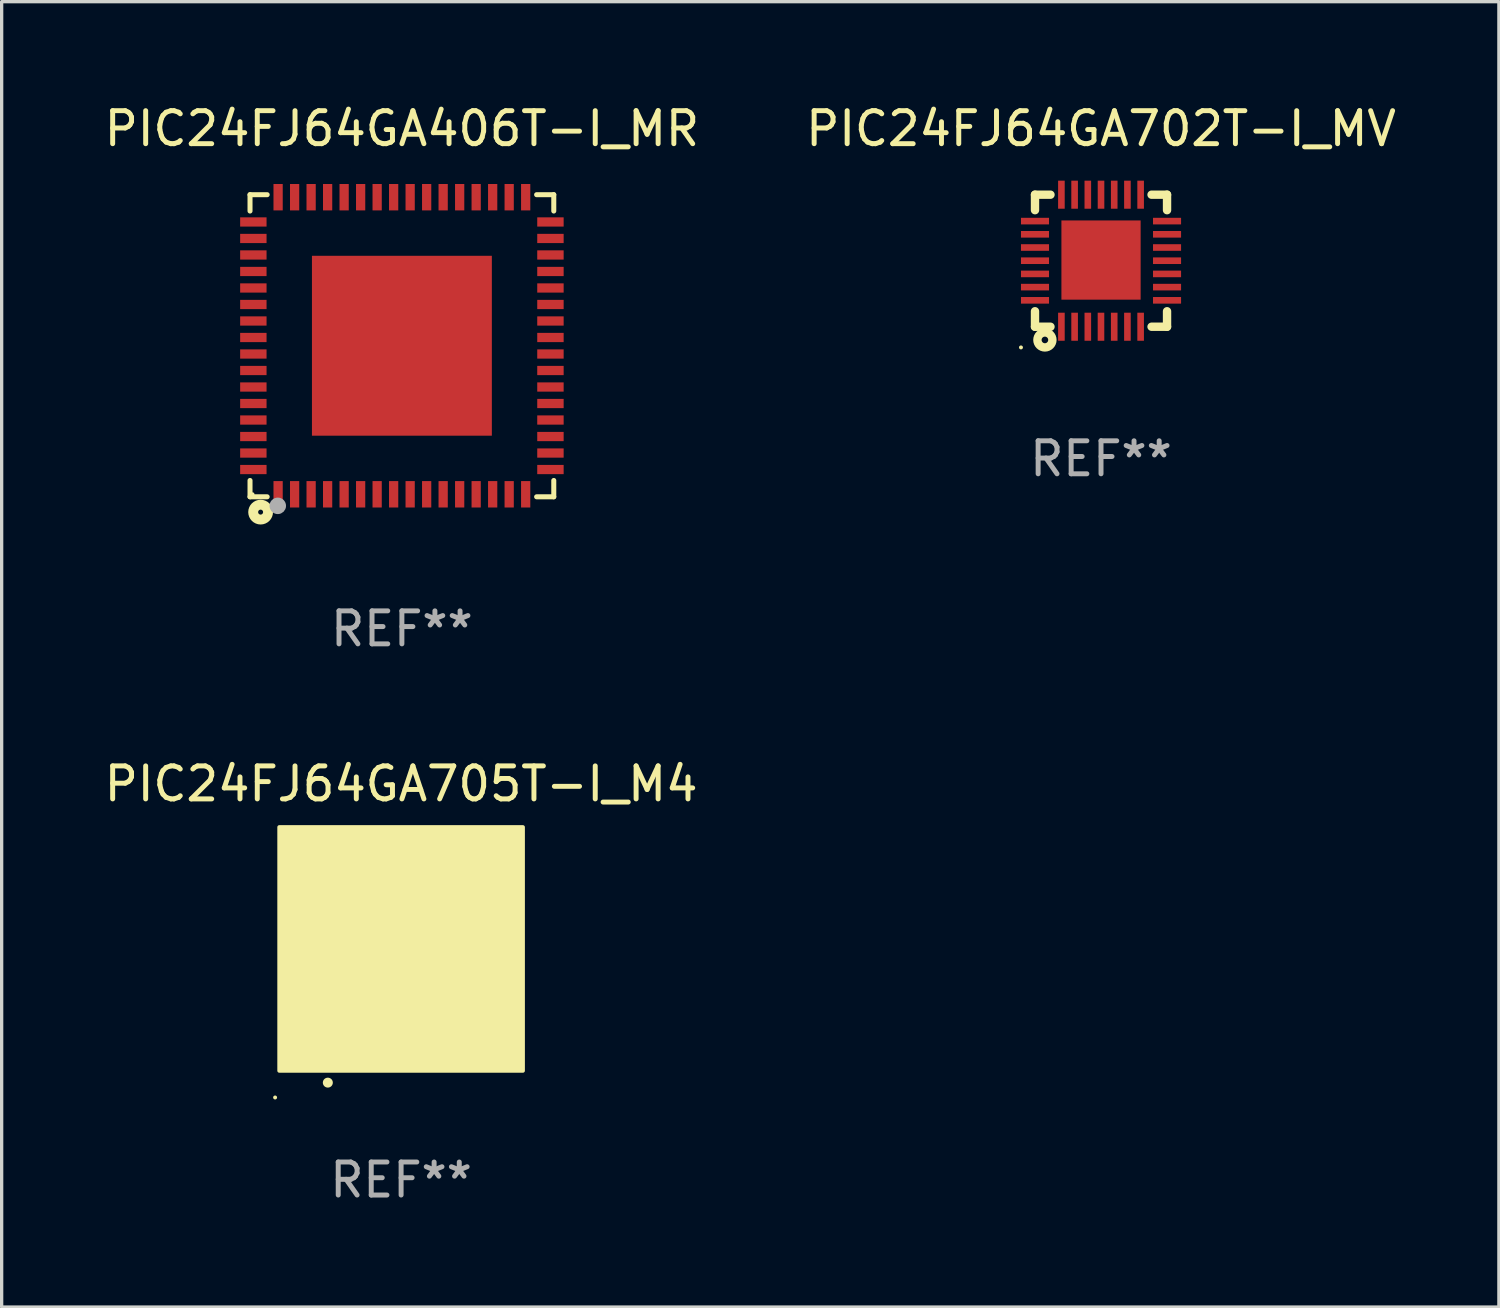
<source format=kicad_pcb>
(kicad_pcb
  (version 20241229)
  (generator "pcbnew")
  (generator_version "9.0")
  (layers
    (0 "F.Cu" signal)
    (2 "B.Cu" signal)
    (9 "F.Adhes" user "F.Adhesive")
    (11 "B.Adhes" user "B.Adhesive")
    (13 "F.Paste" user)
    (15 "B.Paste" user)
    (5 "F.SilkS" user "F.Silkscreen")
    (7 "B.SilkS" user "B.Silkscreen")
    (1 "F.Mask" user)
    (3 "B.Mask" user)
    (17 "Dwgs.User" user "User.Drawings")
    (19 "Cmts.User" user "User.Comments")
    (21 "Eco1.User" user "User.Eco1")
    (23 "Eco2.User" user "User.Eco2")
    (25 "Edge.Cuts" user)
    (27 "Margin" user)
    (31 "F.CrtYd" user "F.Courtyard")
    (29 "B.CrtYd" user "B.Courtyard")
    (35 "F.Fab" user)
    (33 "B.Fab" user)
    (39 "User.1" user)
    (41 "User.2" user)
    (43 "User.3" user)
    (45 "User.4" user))
  (footprint "PIC24FJ64GA705T-I_M4"
    (layer "F.Cu")
    (at 9.101 25.697)
    (property "Reference" "PIC24FJ64GA705T-I_M4" (at 0 -5 0) (layer "F.SilkS") (effects (font (size 1 1) (thickness 0.15))))
    (attr through_hole)
    (fp_arc (start -2.221158 4.050013) (mid -2.219888 4.050008) (end -2.218618 4.050013) (stroke (width 0.3) (type solid)) (layer "F.SilkS"))
    (fp_circle (center -3.817 4.5) (end -3.787 4.5) (stroke (width 0.06) (type solid)) (fill no) (layer "F.SilkS"))
    (fp_poly (pts (xy -3.69 -3.69) (xy 3.69 -3.69) (xy 3.69 3.69) (xy -3.69 3.69)) (stroke (width 0.12) (type solid)) (fill yes) (layer "F.SilkS"))
    (fp_text user "REF**" (at 0 7 0) (layer "F.Fab") (effects (font (size 1 1) (thickness 0.15))))
    (pad "1" smd oval (at -2.201 3) (size 0.2 0.95) (layers "F.Cu" "F.Mask" "F.Paste"))
    (pad "2" smd oval (at -1.8 3) (size 0.2 0.95) (layers "F.Cu" "F.Mask" "F.Paste"))
    (pad "3" smd oval (at -1.401 3) (size 0.2 0.95) (layers "F.Cu" "F.Mask" "F.Paste"))
    (pad "4" smd oval (at -0.999 3) (size 0.2 0.95) (layers "F.Cu" "F.Mask" "F.Paste"))
    (pad "5" smd oval (at -0.601 3) (size 0.2 0.95) (layers "F.Cu" "F.Mask" "F.Paste"))
    (pad "6" smd oval (at -0.199 3) (size 0.2 0.95) (layers "F.Cu" "F.Mask" "F.Paste"))
    (pad "7" smd oval (at 0.199 3) (size 0.2 0.95) (layers "F.Cu" "F.Mask" "F.Paste"))
    (pad "8" smd oval (at 0.601 3) (size 0.2 0.95) (layers "F.Cu" "F.Mask" "F.Paste"))
    (pad "9" smd oval (at 0.999 3) (size 0.2 0.95) (layers "F.Cu" "F.Mask" "F.Paste"))
    (pad "10" smd oval (at 1.401 3) (size 0.2 0.95) (layers "F.Cu" "F.Mask" "F.Paste"))
    (pad "11" smd oval (at 1.8 3) (size 0.2 0.95) (layers "F.Cu" "F.Mask" "F.Paste"))
    (pad "12" smd oval (at 2.201 3) (size 0.2 0.95) (layers "F.Cu" "F.Mask" "F.Paste"))
    (pad "13" smd oval (at 3 2.198 90) (size 0.2 0.95) (layers "F.Cu" "F.Mask" "F.Paste"))
    (pad "14" smd oval (at 3 1.8 90) (size 0.2 0.95) (layers "F.Cu" "F.Mask" "F.Paste"))
    (pad "15" smd oval (at 3 1.401 90) (size 0.2 0.95) (layers "F.Cu" "F.Mask" "F.Paste"))
    (pad "16" smd oval (at 3 0.999 90) (size 0.2 0.95) (layers "F.Cu" "F.Mask" "F.Paste"))
    (pad "17" smd oval (at 3 0.601 90) (size 0.2 0.95) (layers "F.Cu" "F.Mask" "F.Paste"))
    (pad "18" smd oval (at 3 0.199 90) (size 0.2 0.95) (layers "F.Cu" "F.Mask" "F.Paste"))
    (pad "19" smd oval (at 3 -0.199 90) (size 0.2 0.95) (layers "F.Cu" "F.Mask" "F.Paste"))
    (pad "20" smd oval (at 3 -0.601 90) (size 0.2 0.95) (layers "F.Cu" "F.Mask" "F.Paste"))
    (pad "21" smd oval (at 3 -0.999 90) (size 0.2 0.95) (layers "F.Cu" "F.Mask" "F.Paste"))
    (pad "22" smd oval (at 3 -1.401 90) (size 0.2 0.95) (layers "F.Cu" "F.Mask" "F.Paste"))
    (pad "23" smd oval (at 3 -1.8 90) (size 0.2 0.95) (layers "F.Cu" "F.Mask" "F.Paste"))
    (pad "24" smd oval (at 3 -2.201 90) (size 0.2 0.95) (layers "F.Cu" "F.Mask" "F.Paste"))
    (pad "25" smd oval (at 2.201 -3 180) (size 0.2 0.95) (layers "F.Cu" "F.Mask" "F.Paste"))
    (pad "26" smd oval (at 1.8 -3 180) (size 0.2 0.95) (layers "F.Cu" "F.Mask" "F.Paste"))
    (pad "27" smd oval (at 1.401 -3 180) (size 0.2 0.95) (layers "F.Cu" "F.Mask" "F.Paste"))
    (pad "28" smd oval (at 0.999 -3 180) (size 0.2 0.95) (layers "F.Cu" "F.Mask" "F.Paste"))
    (pad "29" smd oval (at 0.601 -3 180) (size 0.2 0.95) (layers "F.Cu" "F.Mask" "F.Paste"))
    (pad "30" smd oval (at 0.199 -3 180) (size 0.2 0.95) (layers "F.Cu" "F.Mask" "F.Paste"))
    (pad "31" smd oval (at -0.199 -3 180) (size 0.2 0.95) (layers "F.Cu" "F.Mask" "F.Paste"))
    (pad "32" smd oval (at -0.601 -3 180) (size 0.2 0.95) (layers "F.Cu" "F.Mask" "F.Paste"))
    (pad "33" smd oval (at -0.999 -3 180) (size 0.2 0.95) (layers "F.Cu" "F.Mask" "F.Paste"))
    (pad "34" smd oval (at -1.401 -3 180) (size 0.2 0.95) (layers "F.Cu" "F.Mask" "F.Paste"))
    (pad "35" smd oval (at -1.8 -3 180) (size 0.2 0.95) (layers "F.Cu" "F.Mask" "F.Paste"))
    (pad "36" smd oval (at -2.201 -3 180) (size 0.2 0.95) (layers "F.Cu" "F.Mask" "F.Paste"))
    (pad "37" smd oval (at -3 -2.201 270) (size 0.2 0.95) (layers "F.Cu" "F.Mask" "F.Paste"))
    (pad "38" smd oval (at -3 -1.8 270) (size 0.2 0.95) (layers "F.Cu" "F.Mask" "F.Paste"))
    (pad "39" smd oval (at -3 -1.401 270) (size 0.2 0.95) (layers "F.Cu" "F.Mask" "F.Paste"))
    (pad "40" smd oval (at -3 -0.999 270) (size 0.2 0.95) (layers "F.Cu" "F.Mask" "F.Paste"))
    (pad "41" smd oval (at -3 -0.601 270) (size 0.2 0.95) (layers "F.Cu" "F.Mask" "F.Paste"))
    (pad "42" smd oval (at -3 -0.199 270) (size 0.2 0.95) (layers "F.Cu" "F.Mask" "F.Paste"))
    (pad "43" smd oval (at -3 0.199 270) (size 0.2 0.95) (layers "F.Cu" "F.Mask" "F.Paste"))
    (pad "44" smd oval (at -3 0.601 270) (size 0.2 0.95) (layers "F.Cu" "F.Mask" "F.Paste"))
    (pad "45" smd oval (at -3 0.999 270) (size 0.2 0.95) (layers "F.Cu" "F.Mask" "F.Paste"))
    (pad "46" smd oval (at -3 1.401 270) (size 0.2 0.95) (layers "F.Cu" "F.Mask" "F.Paste"))
    (pad "47" smd oval (at -3 1.8 270) (size 0.2 0.95) (layers "F.Cu" "F.Mask" "F.Paste"))
    (pad "48" smd oval (at -3 2.198 270) (size 0.2 0.95) (layers "F.Cu" "F.Mask" "F.Paste"))
    (pad "49" smd rect (at -3 -3 90) (size 0.9 0.9) (layers "F.Cu" "F.Mask" "F.Paste"))
    (pad "49" smd rect (at -3 3 90) (size 0.9 0.9) (layers "F.Cu" "F.Mask" "F.Paste"))
    (pad "49" smd rect (at -0.001 -0.001 90) (size 4.6 4.6) (layers "F.Cu" "F.Mask" "F.Paste"))
    (pad "49" smd rect (at 3 -3 90) (size 0.9 0.9) (layers "F.Cu" "F.Mask" "F.Paste"))
    (pad "49" smd rect (at 3 3 90) (size 0.9 0.9) (layers "F.Cu" "F.Mask" "F.Paste")))
  (footprint "PIC24FJ64GA702T-I_MV"
    (layer "F.Cu")
    (at 30.304 4.848)
    (property "Reference" "PIC24FJ64GA702T-I_MV" (at 0 -4 0) (layer "F.SilkS") (effects (font (size 1 1) (thickness 0.15))))
    (attr through_hole)
    (fp_line (start -2 -2) (end -1.531 -2) (stroke (width 0.254) (type solid)) (layer "F.SilkS"))
    (fp_line (start -2 -1.531) (end -2 -2) (stroke (width 0.254) (type solid)) (layer "F.SilkS"))
    (fp_line (start -2 2) (end -2 1.531) (stroke (width 0.254) (type solid)) (layer "F.SilkS"))
    (fp_line (start -1.531 2) (end -2 2) (stroke (width 0.254) (type solid)) (layer "F.SilkS"))
    (fp_line (start 1.531 -2) (end 2 -2) (stroke (width 0.254) (type solid)) (layer "F.SilkS"))
    (fp_line (start 2 -2) (end 2 -1.531) (stroke (width 0.254) (type solid)) (layer "F.SilkS"))
    (fp_line (start 2 1.531) (end 2 2) (stroke (width 0.254) (type solid)) (layer "F.SilkS"))
    (fp_line (start 2 2) (end 1.531 2) (stroke (width 0.254) (type solid)) (layer "F.SilkS"))
    (fp_circle (center -2.425 2.627) (end -2.395 2.627) (stroke (width 0.06) (type solid)) (fill no) (layer "F.SilkS"))
    (fp_circle (center -1.7 2.4) (end -1.6 2.4) (stroke (width 0.254) (type solid)) (fill no) (layer "F.SilkS"))
    (fp_text user "REF**" (at 0 6 0) (layer "F.Fab") (effects (font (size 1 1) (thickness 0.15))))
    (pad "1" smd rect (at -1.2 2 180) (size 0.2 0.85) (layers "F.Cu" "F.Mask" "F.Paste"))
    (pad "2" smd rect (at -0.8 2 180) (size 0.2 0.85) (layers "F.Cu" "F.Mask" "F.Paste"))
    (pad "3" smd rect (at -0.4 2 180) (size 0.2 0.85) (layers "F.Cu" "F.Mask" "F.Paste"))
    (pad "4" smd rect (at -0.001 2 180) (size 0.2 0.85) (layers "F.Cu" "F.Mask" "F.Paste"))
    (pad "5" smd rect (at 0.4 2 180) (size 0.2 0.85) (layers "F.Cu" "F.Mask" "F.Paste"))
    (pad "6" smd rect (at 0.8 2 180) (size 0.2 0.85) (layers "F.Cu" "F.Mask" "F.Paste"))
    (pad "7" smd rect (at 1.2 2 180) (size 0.2 0.85) (layers "F.Cu" "F.Mask" "F.Paste"))
    (pad "8" smd rect (at 2 1.2 270) (size 0.2 0.85) (layers "F.Cu" "F.Mask" "F.Paste"))
    (pad "9" smd rect (at 2 0.8 270) (size 0.2 0.85) (layers "F.Cu" "F.Mask" "F.Paste"))
    (pad "10" smd rect (at 2 0.4 270) (size 0.2 0.85) (layers "F.Cu" "F.Mask" "F.Paste"))
    (pad "11" smd rect (at 2 0 270) (size 0.2 0.85) (layers "F.Cu" "F.Mask" "F.Paste"))
    (pad "12" smd rect (at 2 -0.4 270) (size 0.2 0.85) (layers "F.Cu" "F.Mask" "F.Paste"))
    (pad "13" smd rect (at 2 -0.8 270) (size 0.2 0.85) (layers "F.Cu" "F.Mask" "F.Paste"))
    (pad "14" smd rect (at 2 -1.2 270) (size 0.2 0.85) (layers "F.Cu" "F.Mask" "F.Paste"))
    (pad "15" smd rect (at 1.2 -2) (size 0.2 0.85) (layers "F.Cu" "F.Mask" "F.Paste"))
    (pad "16" smd rect (at 0.8 -2) (size 0.2 0.85) (layers "F.Cu" "F.Mask" "F.Paste"))
    (pad "17" smd rect (at 0.4 -2) (size 0.2 0.85) (layers "F.Cu" "F.Mask" "F.Paste"))
    (pad "18" smd rect (at 0 -2) (size 0.2 0.85) (layers "F.Cu" "F.Mask" "F.Paste"))
    (pad "19" smd rect (at -0.4 -2) (size 0.2 0.85) (layers "F.Cu" "F.Mask" "F.Paste"))
    (pad "20" smd rect (at -0.8 -2) (size 0.2 0.85) (layers "F.Cu" "F.Mask" "F.Paste"))
    (pad "21" smd rect (at -1.2 -2) (size 0.2 0.85) (layers "F.Cu" "F.Mask" "F.Paste"))
    (pad "22" smd rect (at -2 -1.2 90) (size 0.2 0.85) (layers "F.Cu" "F.Mask" "F.Paste"))
    (pad "23" smd rect (at -2 -0.8 90) (size 0.2 0.85) (layers "F.Cu" "F.Mask" "F.Paste"))
    (pad "24" smd rect (at -2 -0.4 90) (size 0.2 0.85) (layers "F.Cu" "F.Mask" "F.Paste"))
    (pad "25" smd rect (at -2 0 90) (size 0.2 0.85) (layers "F.Cu" "F.Mask" "F.Paste"))
    (pad "26" smd rect (at -2 0.4 90) (size 0.2 0.85) (layers "F.Cu" "F.Mask" "F.Paste"))
    (pad "27" smd rect (at -2 0.8 90) (size 0.2 0.85) (layers "F.Cu" "F.Mask" "F.Paste"))
    (pad "28" smd rect (at -2 1.2 90) (size 0.2 0.85) (layers "F.Cu" "F.Mask" "F.Paste"))
    (pad "29" smd rect (at 0.000254 -0.02 90) (size 2.4 2.4) (layers "F.Cu" "F.Mask" "F.Paste")))
  (footprint "PIC24FJ64GA406T-I_MR"
    (layer "F.Cu")
    (at 9.125 7.424)
    (property "Reference" "PIC24FJ64GA406T-I_MR" (at 0 -6.576 0) (layer "F.SilkS") (effects (font (size 1 1) (thickness 0.15))))
    (attr through_hole)
    (fp_line (start -4.601 -4.576) (end -4.081 -4.576) (stroke (width 0.152) (type solid)) (layer "F.SilkS"))
    (fp_line (start -4.601 -4.081) (end -4.601 -4.576) (stroke (width 0.152) (type solid)) (layer "F.SilkS"))
    (fp_line (start -4.601 4.081) (end -4.601 4.576) (stroke (width 0.152) (type solid)) (layer "F.SilkS"))
    (fp_line (start -4.601 4.576) (end -4.081 4.576) (stroke (width 0.152) (type solid)) (layer "F.SilkS"))
    (fp_line (start 4.601 -4.576) (end 4.081 -4.576) (stroke (width 0.152) (type solid)) (layer "F.SilkS"))
    (fp_line (start 4.601 -4.081) (end 4.601 -4.576) (stroke (width 0.152) (type solid)) (layer "F.SilkS"))
    (fp_line (start 4.601 4.081) (end 4.601 4.576) (stroke (width 0.152) (type solid)) (layer "F.SilkS"))
    (fp_line (start 4.601 4.576) (end 4.081 4.576) (stroke (width 0.152) (type solid)) (layer "F.SilkS"))
    (fp_circle (center -4.525 4.5) (end -4.495 4.5) (stroke (width 0.06) (type solid)) (fill no) (layer "F.SilkS"))
    (fp_circle (center -4.28 5.04) (end -4.205 5.04) (stroke (width 0.3) (type solid)) (fill no) (layer "F.SilkS"))
    (fp_circle (center -3.76 4.85) (end -3.635 4.85) (stroke (width 0.25) (type solid)) (fill no) (layer "F.Fab"))
    (fp_text user "REF**" (at 0 8.576 0) (layer "F.Fab") (effects (font (size 1 1) (thickness 0.15))))
    (pad "1" smd rect (at -3.75 4.5) (size 0.28 0.8) (layers "F.Cu" "F.Mask" "F.Paste"))
    (pad "2" smd rect (at -3.25 4.5) (size 0.28 0.8) (layers "F.Cu" "F.Mask" "F.Paste"))
    (pad "3" smd rect (at -2.75 4.5) (size 0.28 0.8) (layers "F.Cu" "F.Mask" "F.Paste"))
    (pad "4" smd rect (at -2.25 4.5) (size 0.28 0.8) (layers "F.Cu" "F.Mask" "F.Paste"))
    (pad "5" smd rect (at -1.75 4.5) (size 0.28 0.8) (layers "F.Cu" "F.Mask" "F.Paste"))
    (pad "6" smd rect (at -1.25 4.5) (size 0.28 0.8) (layers "F.Cu" "F.Mask" "F.Paste"))
    (pad "7" smd rect (at -0.75 4.5) (size 0.28 0.8) (layers "F.Cu" "F.Mask" "F.Paste"))
    (pad "8" smd rect (at -0.25 4.5) (size 0.28 0.8) (layers "F.Cu" "F.Mask" "F.Paste"))
    (pad "9" smd rect (at 0.25 4.5) (size 0.28 0.8) (layers "F.Cu" "F.Mask" "F.Paste"))
    (pad "10" smd rect (at 0.75 4.5) (size 0.28 0.8) (layers "F.Cu" "F.Mask" "F.Paste"))
    (pad "11" smd rect (at 1.25 4.5) (size 0.28 0.8) (layers "F.Cu" "F.Mask" "F.Paste"))
    (pad "12" smd rect (at 1.75 4.5) (size 0.28 0.8) (layers "F.Cu" "F.Mask" "F.Paste"))
    (pad "13" smd rect (at 2.25 4.5) (size 0.28 0.8) (layers "F.Cu" "F.Mask" "F.Paste"))
    (pad "14" smd rect (at 2.75 4.5) (size 0.28 0.8) (layers "F.Cu" "F.Mask" "F.Paste"))
    (pad "15" smd rect (at 3.25 4.5) (size 0.28 0.8) (layers "F.Cu" "F.Mask" "F.Paste"))
    (pad "16" smd rect (at 3.75 4.5) (size 0.28 0.8) (layers "F.Cu" "F.Mask" "F.Paste"))
    (pad "17" smd rect (at 4.5 3.75) (size 0.8 0.28) (layers "F.Cu" "F.Mask" "F.Paste"))
    (pad "18" smd rect (at 4.5 3.25) (size 0.8 0.28) (layers "F.Cu" "F.Mask" "F.Paste"))
    (pad "19" smd rect (at 4.5 2.75) (size 0.8 0.28) (layers "F.Cu" "F.Mask" "F.Paste"))
    (pad "20" smd rect (at 4.5 2.25) (size 0.8 0.28) (layers "F.Cu" "F.Mask" "F.Paste"))
    (pad "21" smd rect (at 4.5 1.75) (size 0.8 0.28) (layers "F.Cu" "F.Mask" "F.Paste"))
    (pad "22" smd rect (at 4.5 1.25) (size 0.8 0.28) (layers "F.Cu" "F.Mask" "F.Paste"))
    (pad "23" smd rect (at 4.5 0.75) (size 0.8 0.28) (layers "F.Cu" "F.Mask" "F.Paste"))
    (pad "24" smd rect (at 4.5 0.25) (size 0.8 0.28) (layers "F.Cu" "F.Mask" "F.Paste"))
    (pad "25" smd rect (at 4.5 -0.25) (size 0.8 0.28) (layers "F.Cu" "F.Mask" "F.Paste"))
    (pad "26" smd rect (at 4.5 -0.75) (size 0.8 0.28) (layers "F.Cu" "F.Mask" "F.Paste"))
    (pad "27" smd rect (at 4.5 -1.25) (size 0.8 0.28) (layers "F.Cu" "F.Mask" "F.Paste"))
    (pad "28" smd rect (at 4.5 -1.75) (size 0.8 0.28) (layers "F.Cu" "F.Mask" "F.Paste"))
    (pad "29" smd rect (at 4.5 -2.25) (size 0.8 0.28) (layers "F.Cu" "F.Mask" "F.Paste"))
    (pad "30" smd rect (at 4.5 -2.75) (size 0.8 0.28) (layers "F.Cu" "F.Mask" "F.Paste"))
    (pad "31" smd rect (at 4.5 -3.25) (size 0.8 0.28) (layers "F.Cu" "F.Mask" "F.Paste"))
    (pad "32" smd rect (at 4.5 -3.75) (size 0.8 0.28) (layers "F.Cu" "F.Mask" "F.Paste"))
    (pad "33" smd rect (at 3.75 -4.5) (size 0.28 0.8) (layers "F.Cu" "F.Mask" "F.Paste"))
    (pad "34" smd rect (at 3.25 -4.5) (size 0.28 0.8) (layers "F.Cu" "F.Mask" "F.Paste"))
    (pad "35" smd rect (at 2.75 -4.5) (size 0.28 0.8) (layers "F.Cu" "F.Mask" "F.Paste"))
    (pad "36" smd rect (at 2.25 -4.5) (size 0.28 0.8) (layers "F.Cu" "F.Mask" "F.Paste"))
    (pad "37" smd rect (at 1.75 -4.5) (size 0.28 0.8) (layers "F.Cu" "F.Mask" "F.Paste"))
    (pad "38" smd rect (at 1.25 -4.5) (size 0.28 0.8) (layers "F.Cu" "F.Mask" "F.Paste"))
    (pad "39" smd rect (at 0.75 -4.5) (size 0.28 0.8) (layers "F.Cu" "F.Mask" "F.Paste"))
    (pad "40" smd rect (at 0.25 -4.5) (size 0.28 0.8) (layers "F.Cu" "F.Mask" "F.Paste"))
    (pad "41" smd rect (at -0.25 -4.5) (size 0.28 0.8) (layers "F.Cu" "F.Mask" "F.Paste"))
    (pad "42" smd rect (at -0.75 -4.5) (size 0.28 0.8) (layers "F.Cu" "F.Mask" "F.Paste"))
    (pad "43" smd rect (at -1.25 -4.5) (size 0.28 0.8) (layers "F.Cu" "F.Mask" "F.Paste"))
    (pad "44" smd rect (at -1.75 -4.5) (size 0.28 0.8) (layers "F.Cu" "F.Mask" "F.Paste"))
    (pad "45" smd rect (at -2.25 -4.5) (size 0.28 0.8) (layers "F.Cu" "F.Mask" "F.Paste"))
    (pad "46" smd rect (at -2.75 -4.5) (size 0.28 0.8) (layers "F.Cu" "F.Mask" "F.Paste"))
    (pad "47" smd rect (at -3.25 -4.5) (size 0.28 0.8) (layers "F.Cu" "F.Mask" "F.Paste"))
    (pad "48" smd rect (at -3.75 -4.5) (size 0.28 0.8) (layers "F.Cu" "F.Mask" "F.Paste"))
    (pad "49" smd rect (at -4.5 -3.75) (size 0.8 0.28) (layers "F.Cu" "F.Mask" "F.Paste"))
    (pad "50" smd rect (at -4.5 -3.25) (size 0.8 0.28) (layers "F.Cu" "F.Mask" "F.Paste"))
    (pad "51" smd rect (at -4.5 -2.75) (size 0.8 0.28) (layers "F.Cu" "F.Mask" "F.Paste"))
    (pad "52" smd rect (at -4.5 -2.25) (size 0.8 0.28) (layers "F.Cu" "F.Mask" "F.Paste"))
    (pad "53" smd rect (at -4.5 -1.75) (size 0.8 0.28) (layers "F.Cu" "F.Mask" "F.Paste"))
    (pad "54" smd rect (at -4.5 -1.25) (size 0.8 0.28) (layers "F.Cu" "F.Mask" "F.Paste"))
    (pad "55" smd rect (at -4.5 -0.75) (size 0.8 0.28) (layers "F.Cu" "F.Mask" "F.Paste"))
    (pad "56" smd rect (at -4.5 -0.25) (size 0.8 0.28) (layers "F.Cu" "F.Mask" "F.Paste"))
    (pad "57" smd rect (at -4.5 0.25) (size 0.8 0.28) (layers "F.Cu" "F.Mask" "F.Paste"))
    (pad "58" smd rect (at -4.5 0.75) (size 0.8 0.28) (layers "F.Cu" "F.Mask" "F.Paste"))
    (pad "59" smd rect (at -4.5 1.25) (size 0.8 0.28) (layers "F.Cu" "F.Mask" "F.Paste"))
    (pad "60" smd rect (at -4.5 1.75) (size 0.8 0.28) (layers "F.Cu" "F.Mask" "F.Paste"))
    (pad "61" smd rect (at -4.5 2.25) (size 0.8 0.28) (layers "F.Cu" "F.Mask" "F.Paste"))
    (pad "62" smd rect (at -4.5 2.75) (size 0.8 0.28) (layers "F.Cu" "F.Mask" "F.Paste"))
    (pad "63" smd rect (at -4.5 3.25) (size 0.8 0.28) (layers "F.Cu" "F.Mask" "F.Paste"))
    (pad "64" smd rect (at -4.5 3.75) (size 0.8 0.28) (layers "F.Cu" "F.Mask" "F.Paste"))
    (pad "65" smd rect (at 0 0) (size 5.45 5.45) (layers "F.Cu" "F.Mask" "F.Paste")))
  (gr_rect
    (start -3 -3)
    (end 42.357 36.545)
    (stroke (width 0.1) (type default))
    (fill no)
    (layer "Edge.Cuts")))
</source>
